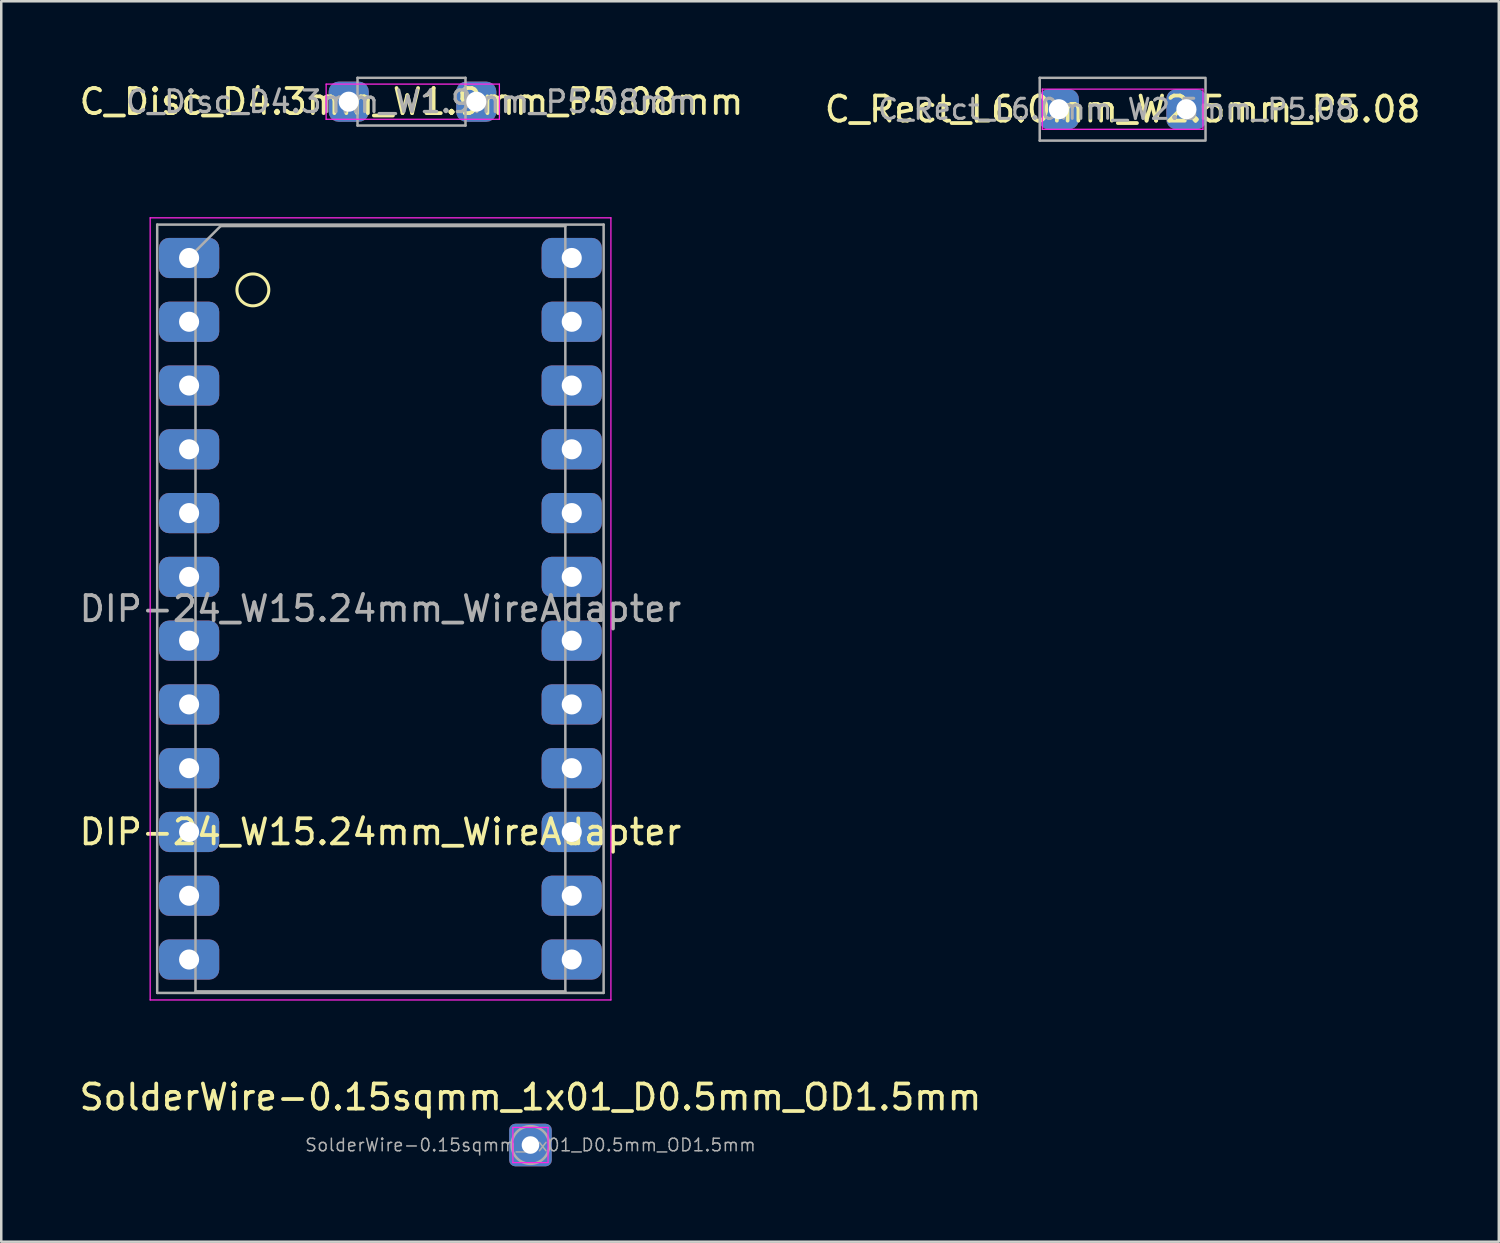
<source format=kicad_pcb>
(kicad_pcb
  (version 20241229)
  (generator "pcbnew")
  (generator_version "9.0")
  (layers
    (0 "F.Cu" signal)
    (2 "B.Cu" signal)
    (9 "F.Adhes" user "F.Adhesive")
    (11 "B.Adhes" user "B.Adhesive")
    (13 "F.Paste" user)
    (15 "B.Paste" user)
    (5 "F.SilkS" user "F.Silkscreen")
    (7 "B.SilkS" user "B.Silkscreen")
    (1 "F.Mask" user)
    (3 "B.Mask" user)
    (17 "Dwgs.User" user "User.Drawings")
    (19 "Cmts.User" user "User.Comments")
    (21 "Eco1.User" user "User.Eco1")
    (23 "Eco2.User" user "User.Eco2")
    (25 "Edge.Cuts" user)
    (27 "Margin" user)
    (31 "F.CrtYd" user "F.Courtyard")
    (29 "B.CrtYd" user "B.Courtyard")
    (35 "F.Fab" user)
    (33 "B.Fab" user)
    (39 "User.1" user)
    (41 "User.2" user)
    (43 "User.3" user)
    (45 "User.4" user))
  (footprint "C_Disc_D4.3mm_W1.9mm_P5.08mm"
    (layer "F.Cu")
    (at 10.839 1)
    (property "Reference" "C_Disc_D4.3mm_W1.9mm_P5.08mm" (at 2.5 0 0) (layer "F.SilkS") (effects (font (size 1 1) (thickness 0.15))))
    (attr through_hole)
    (fp_line (start -0.9 -0.7) (end -0.9 0.7) (stroke (width 0.05) (type solid)) (layer "F.CrtYd"))
    (fp_line (start -0.9 0.7) (end 6 0.7) (stroke (width 0.05) (type solid)) (layer "F.CrtYd"))
    (fp_line (start 6 -0.7) (end -0.9 -0.7) (stroke (width 0.05) (type solid)) (layer "F.CrtYd"))
    (fp_line (start 6 0.7) (end 6 -0.7) (stroke (width 0.05) (type solid)) (layer "F.CrtYd"))
    (fp_line (start 0.35 -0.95) (end 0.35 0.95) (stroke (width 0.1) (type solid)) (layer "F.Fab"))
    (fp_line (start 0.35 0.95) (end 4.65 0.95) (stroke (width 0.1) (type solid)) (layer "F.Fab"))
    (fp_line (start 4.65 -0.95) (end 0.35 -0.95) (stroke (width 0.1) (type solid)) (layer "F.Fab"))
    (fp_line (start 4.65 0.95) (end 4.65 -0.95) (stroke (width 0.1) (type solid)) (layer "F.Fab"))
    (fp_text user "${REFERENCE}" (at 2.5 0 0) (layer "F.Fab") (effects (font (size 0.86 0.86) (thickness 0.129))))
    (pad "1" thru_hole roundrect (at 0 0) (size 1.6 1.6) (drill 0.8) (layers "*.Cu" "*.Mask") (roundrect_rratio 0.25))
    (pad "2" thru_hole roundrect (at 5.08 0) (size 1.6 1.6) (drill 0.8) (layers "*.Cu" "*.Mask") (roundrect_rratio 0.25)))
  (footprint "C_Rect_L6.0mm_W2.5mm_P5.08"
    (layer "F.Cu")
    (at 39.121 1.3)
    (property "Reference" "C_Rect_L6.0mm_W2.5mm_P5.08" (at 2.54 0 0) (layer "F.SilkS") (effects (font (size 1 1) (thickness 0.15))))
    (attr through_hole)
    (fp_line (start -0.66 -0.8) (end -0.66 0.8) (stroke (width 0.05) (type solid)) (layer "F.CrtYd"))
    (fp_line (start -0.66 0.8) (end 5.74 0.8) (stroke (width 0.05) (type solid)) (layer "F.CrtYd"))
    (fp_line (start 5.74 -0.8) (end -0.66 -0.8) (stroke (width 0.05) (type solid)) (layer "F.CrtYd"))
    (fp_line (start 5.74 0.8) (end 5.74 -0.8) (stroke (width 0.05) (type solid)) (layer "F.CrtYd"))
    (fp_line (start -0.762 -1.25) (end -0.762 1.25) (stroke (width 0.1) (type solid)) (layer "F.Fab"))
    (fp_line (start -0.762 1.25) (end 5.79 1.25) (stroke (width 0.1) (type solid)) (layer "F.Fab"))
    (fp_line (start 5.79 -1.25) (end -0.762 -1.25) (stroke (width 0.1) (type solid)) (layer "F.Fab"))
    (fp_line (start 5.842 1.25) (end 5.842 -1.25) (stroke (width 0.1) (type solid)) (layer "F.Fab"))
    (fp_text user "${REFERENCE}" (at 2.286 0 0) (layer "F.Fab") (effects (font (size 0.8 0.8) (thickness 0.12))))
    (pad "1" thru_hole roundrect (at 0 0) (size 1.6 1.6) (drill 0.8) (layers "*.Cu" "*.Mask") (roundrect_rratio 0.25))
    (pad "2" thru_hole roundrect (at 5.08 0) (size 1.6 1.6) (drill 0.8) (layers "*.Cu" "*.Mask") (roundrect_rratio 0.25)))
  (footprint "SolderWire-0.15sqmm_1x01_D0.5mm_OD1.5mm"
    (layer "F.Cu")
    (at 18.077 42.553)
    (property "Reference" "SolderWire-0.15sqmm_1x01_D0.5mm_OD1.5mm" (at 0 -1.905 0) (layer "F.SilkS") (effects (font (size 1 1) (thickness 0.15))))
    (attr through_hole exclude_from_pos_files)
    (fp_line (start -0.7 -0.7) (end -0.7 0.7) (stroke (width 0.05) (type solid)) (layer "F.CrtYd"))
    (fp_line (start -0.7 0.7) (end 0.7 0.7) (stroke (width 0.05) (type solid)) (layer "F.CrtYd"))
    (fp_line (start 0.7 -0.7) (end -0.7 -0.7) (stroke (width 0.05) (type solid)) (layer "F.CrtYd"))
    (fp_line (start 0.7 0.7) (end 0.7 -0.7) (stroke (width 0.05) (type solid)) (layer "F.CrtYd"))
    (fp_circle (center 0 0) (end 0.75 0) (stroke (width 0.1) (type solid)) (fill no) (layer "F.Fab"))
    (fp_text user "${REFERENCE}" (at 0 0 0) (layer "F.Fab") (effects (font (size 0.5 0.5) (thickness 0.06))))
    (pad "1" thru_hole roundrect (at 0 0) (size 1.7 1.7) (drill 0.7) (layers "*.Cu" "*.Mask") (roundrect_rratio 0.147)))
  (footprint "DIP-24_W15.24mm_WireAdapter"
    (layer "F.Cu")
    (at 4.481 7.225)
    (property "Reference" "DIP-24_W15.24mm_WireAdapter" (at 7.62 22.86 0) (layer "F.SilkS") (effects (font (size 1 1) (thickness 0.15))))
    (attr through_hole)
    (fp_circle (center 2.54 1.27) (end 3.175 1.27) (stroke (width 0.12) (type solid)) (fill no) (layer "F.SilkS"))
    (fp_line (start -1.55 -1.6) (end -1.55 29.55) (stroke (width 0.05) (type solid)) (layer "F.CrtYd"))
    (fp_line (start -1.55 29.55) (end 16.8 29.55) (stroke (width 0.05) (type solid)) (layer "F.CrtYd"))
    (fp_line (start 16.8 -1.6) (end -1.55 -1.6) (stroke (width 0.05) (type solid)) (layer "F.CrtYd"))
    (fp_line (start 16.8 29.55) (end 16.8 -1.6) (stroke (width 0.05) (type solid)) (layer "F.CrtYd"))
    (fp_line (start -1.27 -1.33) (end -1.27 29.27) (stroke (width 0.1) (type solid)) (layer "F.Fab"))
    (fp_line (start -1.27 29.27) (end 16.51 29.27) (stroke (width 0.1) (type solid)) (layer "F.Fab"))
    (fp_line (start 0.255 -0.27) (end 1.255 -1.27) (stroke (width 0.1) (type solid)) (layer "F.Fab"))
    (fp_line (start 0.255 29.21) (end 0.255 -0.27) (stroke (width 0.1) (type solid)) (layer "F.Fab"))
    (fp_line (start 1.255 -1.27) (end 14.985 -1.27) (stroke (width 0.1) (type solid)) (layer "F.Fab"))
    (fp_line (start 14.985 -1.27) (end 14.985 29.21) (stroke (width 0.1) (type solid)) (layer "F.Fab"))
    (fp_line (start 14.985 29.21) (end 0.255 29.21) (stroke (width 0.1) (type solid)) (layer "F.Fab"))
    (fp_line (start 16.51 -1.33) (end -1.27 -1.33) (stroke (width 0.1) (type solid)) (layer "F.Fab"))
    (fp_line (start 16.51 29.27) (end 16.51 -1.33) (stroke (width 0.1) (type solid)) (layer "F.Fab"))
    (fp_text user "${REFERENCE}" (at 7.62 13.97 0) (layer "F.Fab") (effects (font (size 1 1) (thickness 0.15))))
    (pad "1" thru_hole roundrect (at 0 0) (size 2.4 1.6) (drill 0.8) (layers "*.Cu" "*.Mask") (roundrect_rratio 0.25))
    (pad "2" thru_hole roundrect (at 0 2.54) (size 2.4 1.6) (drill 0.8) (layers "*.Cu" "*.Mask") (roundrect_rratio 0.25))
    (pad "3" thru_hole roundrect (at 0 5.08) (size 2.4 1.6) (drill 0.8) (layers "*.Cu" "*.Mask") (roundrect_rratio 0.25))
    (pad "4" thru_hole roundrect (at 0 7.62) (size 2.4 1.6) (drill 0.8) (layers "*.Cu" "*.Mask") (roundrect_rratio 0.25))
    (pad "5" thru_hole roundrect (at 0 10.16) (size 2.4 1.6) (drill 0.8) (layers "*.Cu" "*.Mask") (roundrect_rratio 0.25))
    (pad "6" thru_hole roundrect (at 0 12.7) (size 2.4 1.6) (drill 0.8) (layers "*.Cu" "*.Mask") (roundrect_rratio 0.25))
    (pad "7" thru_hole roundrect (at 0 15.24) (size 2.4 1.6) (drill 0.8) (layers "*.Cu" "*.Mask") (roundrect_rratio 0.25))
    (pad "8" thru_hole roundrect (at 0 17.78) (size 2.4 1.6) (drill 0.8) (layers "*.Cu" "*.Mask") (roundrect_rratio 0.25))
    (pad "9" thru_hole roundrect (at 0 20.32) (size 2.4 1.6) (drill 0.8) (layers "*.Cu" "*.Mask") (roundrect_rratio 0.25))
    (pad "10" thru_hole roundrect (at 0 22.86) (size 2.4 1.6) (drill 0.8) (layers "*.Cu" "*.Mask") (roundrect_rratio 0.25))
    (pad "11" thru_hole roundrect (at 0 25.4) (size 2.4 1.6) (drill 0.8) (layers "*.Cu" "*.Mask") (roundrect_rratio 0.25))
    (pad "12" thru_hole roundrect (at 0 27.94) (size 2.4 1.6) (drill 0.8) (layers "*.Cu" "*.Mask") (roundrect_rratio 0.25))
    (pad "13" thru_hole roundrect (at 15.24 27.94) (size 2.4 1.6) (drill 0.8) (layers "*.Cu" "*.Mask") (roundrect_rratio 0.25))
    (pad "14" thru_hole roundrect (at 15.24 25.4) (size 2.4 1.6) (drill 0.8) (layers "*.Cu" "*.Mask") (roundrect_rratio 0.25))
    (pad "15" thru_hole roundrect (at 15.24 22.86) (size 2.4 1.6) (drill 0.8) (layers "*.Cu" "*.Mask") (roundrect_rratio 0.25))
    (pad "16" thru_hole roundrect (at 15.24 20.32) (size 2.4 1.6) (drill 0.8) (layers "*.Cu" "*.Mask") (roundrect_rratio 0.25))
    (pad "17" thru_hole roundrect (at 15.24 17.78) (size 2.4 1.6) (drill 0.8) (layers "*.Cu" "*.Mask") (roundrect_rratio 0.25))
    (pad "18" thru_hole roundrect (at 15.24 15.24) (size 2.4 1.6) (drill 0.8) (layers "*.Cu" "*.Mask") (roundrect_rratio 0.25))
    (pad "19" thru_hole roundrect (at 15.24 12.7) (size 2.4 1.6) (drill 0.8) (layers "*.Cu" "*.Mask") (roundrect_rratio 0.25))
    (pad "20" thru_hole roundrect (at 15.24 10.16) (size 2.4 1.6) (drill 0.8) (layers "*.Cu" "*.Mask") (roundrect_rratio 0.25))
    (pad "21" thru_hole roundrect (at 15.24 7.62) (size 2.4 1.6) (drill 0.8) (layers "*.Cu" "*.Mask") (roundrect_rratio 0.25))
    (pad "22" thru_hole roundrect (at 15.24 5.08) (size 2.4 1.6) (drill 0.8) (layers "*.Cu" "*.Mask") (roundrect_rratio 0.25))
    (pad "23" thru_hole roundrect (at 15.24 2.54) (size 2.4 1.6) (drill 0.8) (layers "*.Cu" "*.Mask") (roundrect_rratio 0.25))
    (pad "24" thru_hole roundrect (at 15.24 0) (size 2.4 1.6) (drill 0.8) (layers "*.Cu" "*.Mask") (roundrect_rratio 0.25)))
  (gr_rect
    (start -3 -3)
    (end 56.643 46.403)
    (stroke (width 0.1) (type default))
    (fill no)
    (layer "Edge.Cuts")))
</source>
